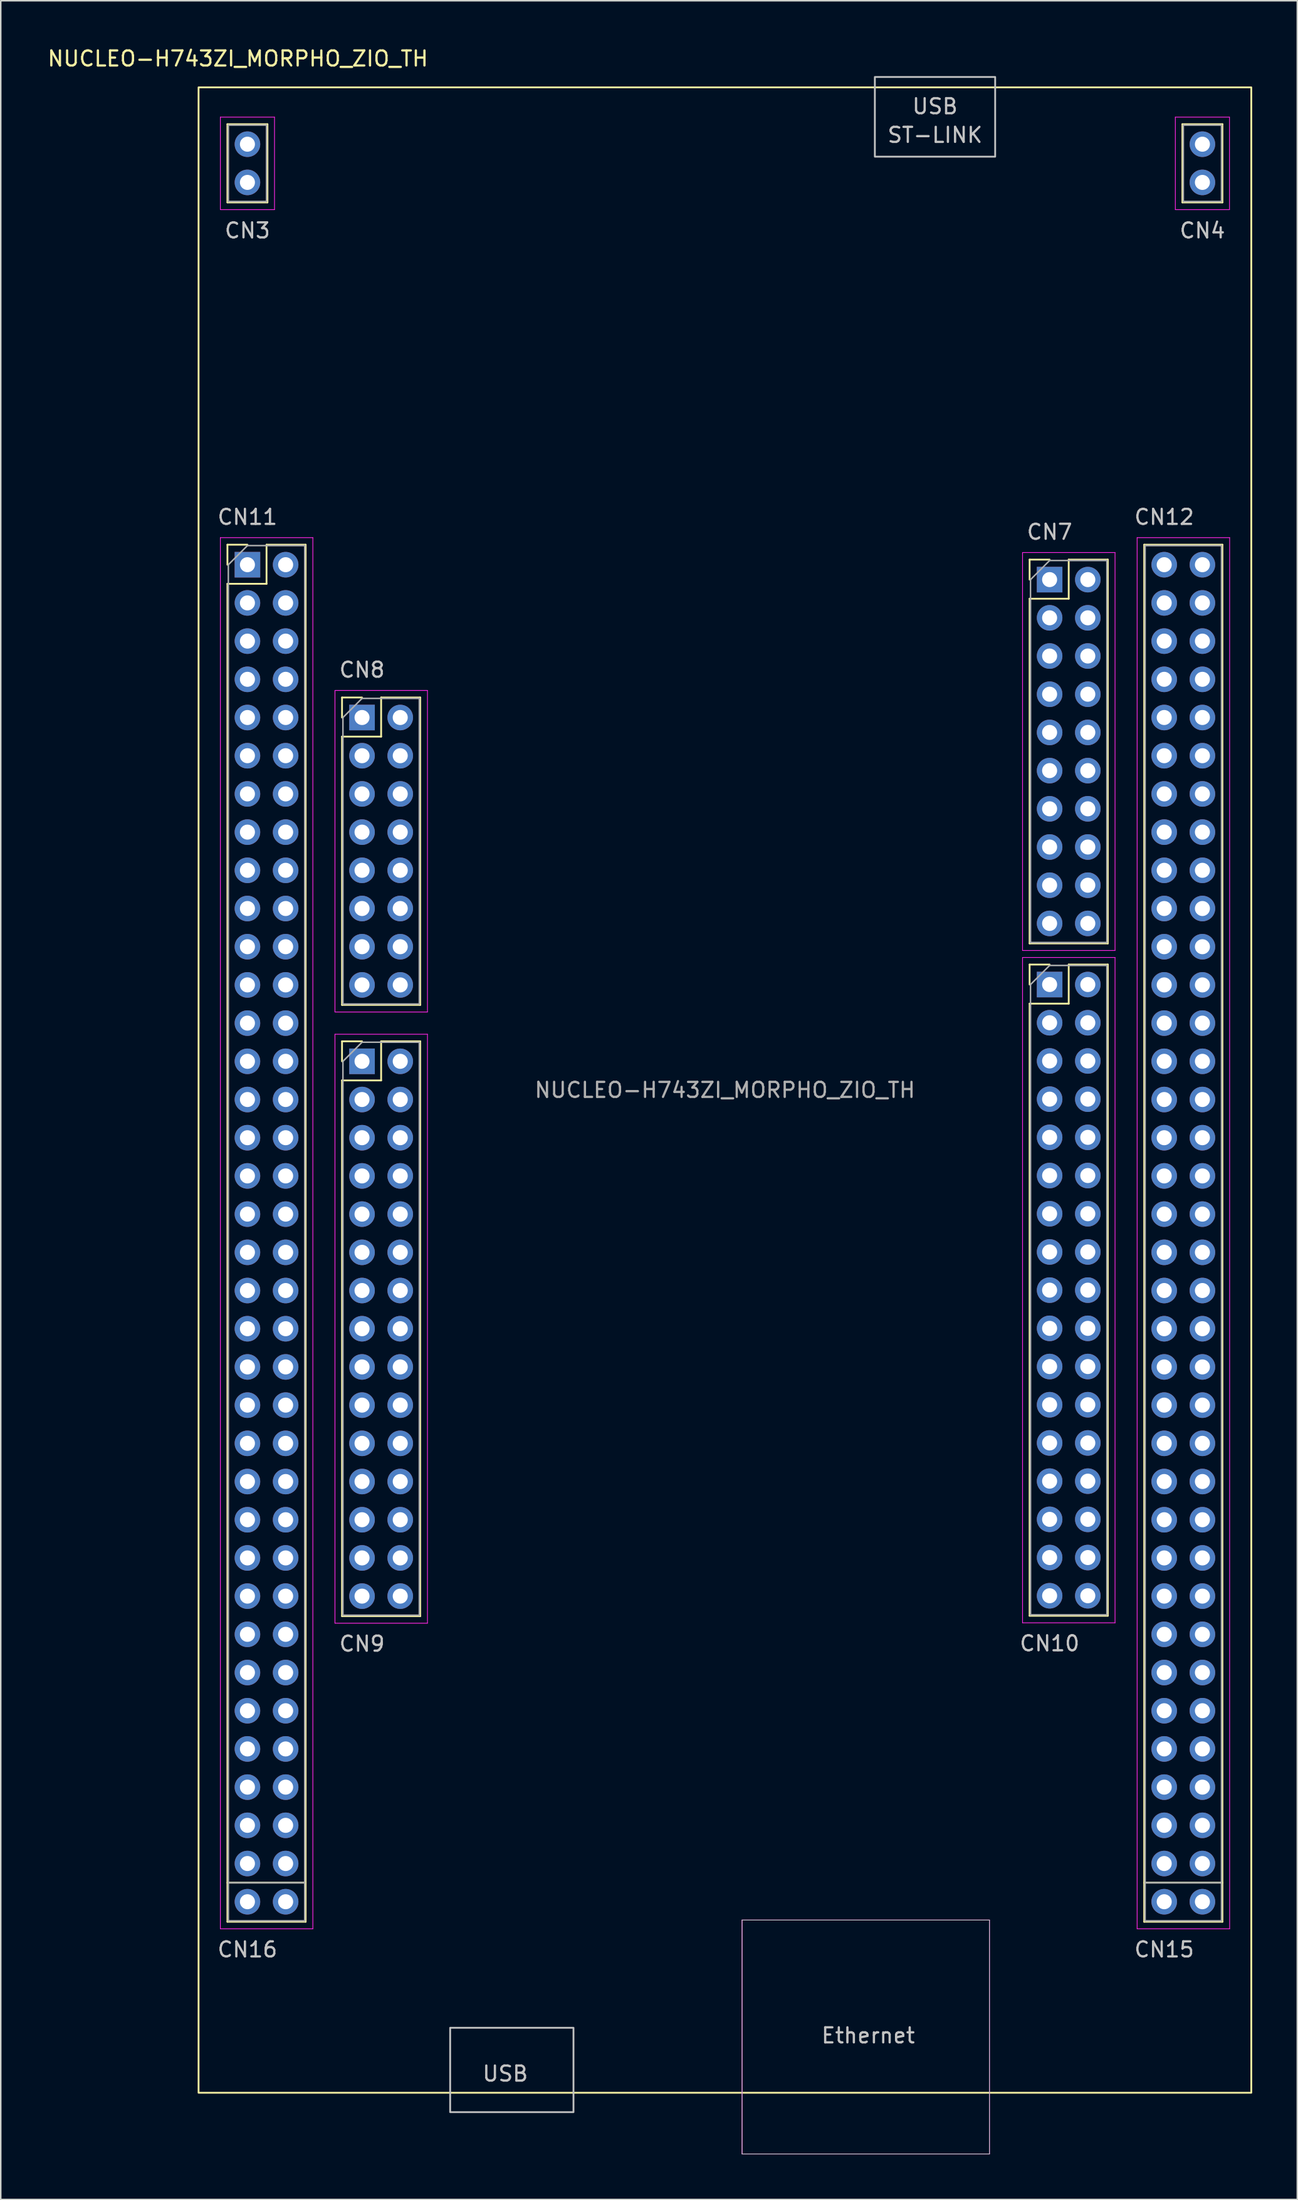
<source format=kicad_pcb>
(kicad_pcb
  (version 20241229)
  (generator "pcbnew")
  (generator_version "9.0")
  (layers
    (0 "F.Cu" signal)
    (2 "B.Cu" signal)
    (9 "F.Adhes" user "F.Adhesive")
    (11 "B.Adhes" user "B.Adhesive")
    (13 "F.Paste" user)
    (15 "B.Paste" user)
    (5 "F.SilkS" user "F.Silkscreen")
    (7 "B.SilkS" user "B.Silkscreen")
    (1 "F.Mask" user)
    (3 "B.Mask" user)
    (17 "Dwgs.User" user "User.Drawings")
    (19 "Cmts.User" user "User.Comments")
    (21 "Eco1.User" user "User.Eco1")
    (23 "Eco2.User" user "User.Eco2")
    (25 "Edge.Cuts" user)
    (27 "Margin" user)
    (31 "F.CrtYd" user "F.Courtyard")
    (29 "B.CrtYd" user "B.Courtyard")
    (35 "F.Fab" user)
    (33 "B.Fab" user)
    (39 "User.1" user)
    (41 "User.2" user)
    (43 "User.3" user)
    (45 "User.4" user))
  (footprint "NUCLEO-H743ZI_MORPHO_ZIO_TH"
    (layer "F.Cu")
    (at 45.153 69.428)
    (property "Reference" "NUCLEO-H743ZI_MORPHO_ZIO_TH" (at -32.385 -68.58 0) (unlocked yes) (layer "F.SilkS") (effects (font (size 1 1) (thickness 0.15))))
    (attr through_hole)
    (fp_line (start -33.08 -59.02) (end -33.08 -64.22) (stroke (width 0.12) (type solid)) (layer "F.SilkS"))
    (fp_line (start -33.08 -36.26) (end -31.75 -36.26) (stroke (width 0.12) (type solid)) (layer "F.SilkS"))
    (fp_line (start -33.08 -34.93) (end -33.08 -36.26) (stroke (width 0.12) (type solid)) (layer "F.SilkS"))
    (fp_line (start -33.08 -33.66) (end -33.08 55.3) (stroke (width 0.12) (type solid)) (layer "F.SilkS"))
    (fp_line (start -33.08 -33.66) (end -30.48 -33.66) (stroke (width 0.12) (type solid)) (layer "F.SilkS"))
    (fp_line (start -33.08 52.705) (end -27.88 52.705) (stroke (width 0.12) (type solid)) (layer "F.SilkS"))
    (fp_line (start -33.08 55.3) (end -27.88 55.3) (stroke (width 0.12) (type solid)) (layer "F.SilkS"))
    (fp_line (start -30.48 -36.26) (end -27.88 -36.26) (stroke (width 0.12) (type solid)) (layer "F.SilkS"))
    (fp_line (start -30.48 -33.66) (end -30.48 -36.26) (stroke (width 0.12) (type solid)) (layer "F.SilkS"))
    (fp_line (start -30.42 -64.22) (end -33.08 -64.22) (stroke (width 0.12) (type solid)) (layer "F.SilkS"))
    (fp_line (start -30.42 -64.22) (end -30.42 -59.02) (stroke (width 0.12) (type solid)) (layer "F.SilkS"))
    (fp_line (start -30.42 -59.02) (end -33.08 -59.02) (stroke (width 0.12) (type solid)) (layer "F.SilkS"))
    (fp_line (start -27.88 -36.26) (end -27.88 55.3) (stroke (width 0.12) (type solid)) (layer "F.SilkS"))
    (fp_line (start -25.46 -26.1) (end -24.13 -26.1) (stroke (width 0.12) (type solid)) (layer "F.SilkS"))
    (fp_line (start -25.46 -24.77) (end -25.46 -26.1) (stroke (width 0.12) (type solid)) (layer "F.SilkS"))
    (fp_line (start -25.46 -23.5) (end -25.46 -5.66) (stroke (width 0.12) (type solid)) (layer "F.SilkS"))
    (fp_line (start -25.46 -23.5) (end -22.86 -23.5) (stroke (width 0.12) (type solid)) (layer "F.SilkS"))
    (fp_line (start -25.46 -3.24) (end -24.13 -3.24) (stroke (width 0.12) (type solid)) (layer "F.SilkS"))
    (fp_line (start -25.46 -1.91) (end -25.46 -3.24) (stroke (width 0.12) (type solid)) (layer "F.SilkS"))
    (fp_line (start -25.46 -0.64) (end -25.46 34.98) (stroke (width 0.12) (type solid)) (layer "F.SilkS"))
    (fp_line (start -25.46 -0.64) (end -22.86 -0.64) (stroke (width 0.12) (type solid)) (layer "F.SilkS"))
    (fp_line (start -22.86 -26.1) (end -20.26 -26.1) (stroke (width 0.12) (type solid)) (layer "F.SilkS"))
    (fp_line (start -22.86 -23.5) (end -22.86 -26.1) (stroke (width 0.12) (type solid)) (layer "F.SilkS"))
    (fp_line (start -22.86 -3.24) (end -20.26 -3.24) (stroke (width 0.12) (type solid)) (layer "F.SilkS"))
    (fp_line (start -22.86 -0.64) (end -22.86 -3.24) (stroke (width 0.12) (type solid)) (layer "F.SilkS"))
    (fp_line (start -20.26 -26.1) (end -20.26 -5.66) (stroke (width 0.12) (type solid)) (layer "F.SilkS"))
    (fp_line (start -20.26 -5.66) (end -25.46 -5.66) (stroke (width 0.12) (type solid)) (layer "F.SilkS"))
    (fp_line (start -20.26 -3.24) (end -20.26 34.98) (stroke (width 0.12) (type solid)) (layer "F.SilkS"))
    (fp_line (start -20.26 34.98) (end -25.46 34.98) (stroke (width 0.12) (type solid)) (layer "F.SilkS"))
    (fp_line (start 20.26 -35.269) (end 21.59 -35.269) (stroke (width 0.12) (type solid)) (layer "F.SilkS"))
    (fp_line (start 20.26 -33.939) (end 20.26 -35.269) (stroke (width 0.12) (type solid)) (layer "F.SilkS"))
    (fp_line (start 20.26 -32.669) (end 20.26 -9.749) (stroke (width 0.12) (type solid)) (layer "F.SilkS"))
    (fp_line (start 20.26 -32.669) (end 22.86 -32.669) (stroke (width 0.12) (type solid)) (layer "F.SilkS"))
    (fp_line (start 20.26 -8.345) (end 21.59 -8.345) (stroke (width 0.12) (type solid)) (layer "F.SilkS"))
    (fp_line (start 20.26 -7.015) (end 20.26 -8.345) (stroke (width 0.12) (type solid)) (layer "F.SilkS"))
    (fp_line (start 20.26 -5.745) (end 20.26 34.955) (stroke (width 0.12) (type solid)) (layer "F.SilkS"))
    (fp_line (start 20.26 -5.745) (end 22.86 -5.745) (stroke (width 0.12) (type solid)) (layer "F.SilkS"))
    (fp_line (start 22.86 -35.269) (end 25.46 -35.269) (stroke (width 0.12) (type solid)) (layer "F.SilkS"))
    (fp_line (start 22.86 -32.669) (end 22.86 -35.269) (stroke (width 0.12) (type solid)) (layer "F.SilkS"))
    (fp_line (start 22.86 -8.345) (end 25.46 -8.345) (stroke (width 0.12) (type solid)) (layer "F.SilkS"))
    (fp_line (start 22.86 -5.745) (end 22.86 -8.345) (stroke (width 0.12) (type solid)) (layer "F.SilkS"))
    (fp_line (start 25.46 -35.269) (end 25.46 -9.749) (stroke (width 0.12) (type solid)) (layer "F.SilkS"))
    (fp_line (start 25.46 -9.749) (end 20.26 -9.749) (stroke (width 0.12) (type solid)) (layer "F.SilkS"))
    (fp_line (start 25.46 -8.345) (end 25.46 34.955) (stroke (width 0.12) (type solid)) (layer "F.SilkS"))
    (fp_line (start 25.46 34.955) (end 20.26 34.955) (stroke (width 0.12) (type solid)) (layer "F.SilkS"))
    (fp_line (start 27.88 -36.26) (end 27.88 55.3) (stroke (width 0.12) (type solid)) (layer "F.SilkS"))
    (fp_line (start 27.88 -36.26) (end 33.08 -36.26) (stroke (width 0.12) (type solid)) (layer "F.SilkS"))
    (fp_line (start 27.88 52.705) (end 33.08 52.705) (stroke (width 0.12) (type solid)) (layer "F.SilkS"))
    (fp_line (start 27.88 55.3) (end 33.08 55.3) (stroke (width 0.12) (type solid)) (layer "F.SilkS"))
    (fp_line (start 30.42 -59.02) (end 30.42 -64.22) (stroke (width 0.12) (type solid)) (layer "F.SilkS"))
    (fp_line (start 33.08 -64.22) (end 30.42 -64.22) (stroke (width 0.12) (type solid)) (layer "F.SilkS"))
    (fp_line (start 33.08 -64.22) (end 33.08 -59.02) (stroke (width 0.12) (type solid)) (layer "F.SilkS"))
    (fp_line (start 33.08 -59.02) (end 30.42 -59.02) (stroke (width 0.12) (type solid)) (layer "F.SilkS"))
    (fp_line (start 33.08 -36.26) (end 33.08 55.3) (stroke (width 0.12) (type solid)) (layer "F.SilkS"))
    (fp_rect (start -35 -66.67) (end 35 66.67) (stroke (width 0.12) (type solid)) (fill no) (layer "F.SilkS"))
    (fp_line (start 1.14 55.19) (end 17.59 55.19) (stroke (width 0.05) (type solid)) (layer "Dwgs.User"))
    (fp_line (start 1.14 70.74) (end 1.14 55.19) (stroke (width 0.05) (type solid)) (layer "Dwgs.User"))
    (fp_line (start 1.14 70.74) (end 17.59 70.74) (stroke (width 0.05) (type solid)) (layer "Dwgs.User"))
    (fp_line (start 17.59 70.74) (end 17.59 55.19) (stroke (width 0.05) (type solid)) (layer "Dwgs.User"))
    (fp_rect (start -18.27 62.35) (end -10.07 67.96) (stroke (width 0.12) (type solid)) (fill no) (layer "Dwgs.User"))
    (fp_rect (start 9.97 -62.06) (end 17.97 -67.36) (stroke (width 0.12) (type solid)) (fill no) (layer "Dwgs.User"))
    (fp_line (start -33.55 -64.69) (end -33.55 -58.54) (stroke (width 0.05) (type solid)) (layer "F.CrtYd"))
    (fp_line (start -33.55 -64.69) (end -29.95 -64.69) (stroke (width 0.05) (type solid)) (layer "F.CrtYd"))
    (fp_line (start -33.55 -58.54) (end -29.95 -58.54) (stroke (width 0.05) (type solid)) (layer "F.CrtYd"))
    (fp_line (start -33.55 -36.73) (end -33.55 55.77) (stroke (width 0.05) (type solid)) (layer "F.CrtYd"))
    (fp_line (start -33.55 55.77) (end -27.4 55.77) (stroke (width 0.05) (type solid)) (layer "F.CrtYd"))
    (fp_line (start -29.95 -58.54) (end -29.95 -64.69) (stroke (width 0.05) (type solid)) (layer "F.CrtYd"))
    (fp_line (start -27.4 -36.73) (end -33.55 -36.73) (stroke (width 0.05) (type solid)) (layer "F.CrtYd"))
    (fp_line (start -27.4 55.77) (end -27.4 -36.73) (stroke (width 0.05) (type solid)) (layer "F.CrtYd"))
    (fp_line (start -25.93 -26.57) (end -25.93 -5.19) (stroke (width 0.05) (type solid)) (layer "F.CrtYd"))
    (fp_line (start -25.93 -5.19) (end -19.78 -5.19) (stroke (width 0.05) (type solid)) (layer "F.CrtYd"))
    (fp_line (start -25.93 -3.71) (end -25.93 35.45) (stroke (width 0.05) (type solid)) (layer "F.CrtYd"))
    (fp_line (start -25.93 35.45) (end -19.78 35.45) (stroke (width 0.05) (type solid)) (layer "F.CrtYd"))
    (fp_line (start -19.78 -26.57) (end -25.93 -26.57) (stroke (width 0.05) (type solid)) (layer "F.CrtYd"))
    (fp_line (start -19.78 -5.19) (end -19.78 -26.57) (stroke (width 0.05) (type solid)) (layer "F.CrtYd"))
    (fp_line (start -19.78 -3.71) (end -25.93 -3.71) (stroke (width 0.05) (type solid)) (layer "F.CrtYd"))
    (fp_line (start -19.78 35.45) (end -19.78 -3.71) (stroke (width 0.05) (type solid)) (layer "F.CrtYd"))
    (fp_line (start 1.14 55.19) (end 17.59 55.19) (stroke (width 0.05) (type solid)) (layer "F.CrtYd"))
    (fp_line (start 1.14 70.74) (end 1.14 55.19) (stroke (width 0.05) (type solid)) (layer "F.CrtYd"))
    (fp_line (start 1.14 70.74) (end 17.59 70.74) (stroke (width 0.05) (type solid)) (layer "F.CrtYd"))
    (fp_line (start 17.59 70.74) (end 17.59 55.19) (stroke (width 0.05) (type solid)) (layer "F.CrtYd"))
    (fp_line (start 19.79 -35.739) (end 19.79 -9.279) (stroke (width 0.05) (type solid)) (layer "F.CrtYd"))
    (fp_line (start 19.79 -9.279) (end 25.94 -9.279) (stroke (width 0.05) (type solid)) (layer "F.CrtYd"))
    (fp_line (start 19.79 -8.815) (end 19.79 35.425) (stroke (width 0.05) (type solid)) (layer "F.CrtYd"))
    (fp_line (start 19.79 35.425) (end 25.94 35.425) (stroke (width 0.05) (type solid)) (layer "F.CrtYd"))
    (fp_line (start 25.94 -35.739) (end 19.79 -35.739) (stroke (width 0.05) (type solid)) (layer "F.CrtYd"))
    (fp_line (start 25.94 -9.279) (end 25.94 -35.739) (stroke (width 0.05) (type solid)) (layer "F.CrtYd"))
    (fp_line (start 25.94 -8.815) (end 19.79 -8.815) (stroke (width 0.05) (type solid)) (layer "F.CrtYd"))
    (fp_line (start 25.94 35.425) (end 25.94 -8.815) (stroke (width 0.05) (type solid)) (layer "F.CrtYd"))
    (fp_line (start 27.41 -36.73) (end 27.41 55.77) (stroke (width 0.05) (type solid)) (layer "F.CrtYd"))
    (fp_line (start 27.41 55.77) (end 33.56 55.77) (stroke (width 0.05) (type solid)) (layer "F.CrtYd"))
    (fp_line (start 29.95 -64.69) (end 29.95 -58.54) (stroke (width 0.05) (type solid)) (layer "F.CrtYd"))
    (fp_line (start 29.95 -64.69) (end 33.55 -64.69) (stroke (width 0.05) (type solid)) (layer "F.CrtYd"))
    (fp_line (start 29.95 -58.54) (end 33.55 -58.54) (stroke (width 0.05) (type solid)) (layer "F.CrtYd"))
    (fp_line (start 33.55 -58.54) (end 33.55 -64.69) (stroke (width 0.05) (type solid)) (layer "F.CrtYd"))
    (fp_line (start 33.56 -36.73) (end 27.41 -36.73) (stroke (width 0.05) (type solid)) (layer "F.CrtYd"))
    (fp_line (start 33.56 55.77) (end 33.56 -36.73) (stroke (width 0.05) (type solid)) (layer "F.CrtYd"))
    (fp_line (start -33.02 -64.16) (end -30.48 -64.16) (stroke (width 0.1) (type solid)) (layer "F.Fab"))
    (fp_line (start -33.02 -59.08) (end -33.02 -64.16) (stroke (width 0.1) (type solid)) (layer "F.Fab"))
    (fp_line (start -33.02 -34.93) (end -31.75 -36.2) (stroke (width 0.1) (type solid)) (layer "F.Fab"))
    (fp_line (start -33.02 55.24) (end -33.02 -34.93) (stroke (width 0.1) (type solid)) (layer "F.Fab"))
    (fp_line (start -31.75 -36.2) (end -27.94 -36.2) (stroke (width 0.1) (type solid)) (layer "F.Fab"))
    (fp_line (start -30.48 -64.16) (end -30.48 -59.08) (stroke (width 0.1) (type solid)) (layer "F.Fab"))
    (fp_line (start -30.48 -59.08) (end -33.02 -59.08) (stroke (width 0.1) (type solid)) (layer "F.Fab"))
    (fp_line (start -27.94 -36.2) (end -27.94 55.24) (stroke (width 0.1) (type solid)) (layer "F.Fab"))
    (fp_line (start -27.94 52.705) (end -33.02 52.705) (stroke (width 0.1) (type solid)) (layer "F.Fab"))
    (fp_line (start -27.94 55.24) (end -33.02 55.24) (stroke (width 0.1) (type solid)) (layer "F.Fab"))
    (fp_line (start -25.4 -24.77) (end -24.13 -26.04) (stroke (width 0.1) (type solid)) (layer "F.Fab"))
    (fp_line (start -25.4 -5.72) (end -25.4 -24.77) (stroke (width 0.1) (type solid)) (layer "F.Fab"))
    (fp_line (start -25.4 -5.72) (end -20.32 -5.72) (stroke (width 0.1) (type solid)) (layer "F.Fab"))
    (fp_line (start -25.4 -1.91) (end -24.13 -3.18) (stroke (width 0.1) (type solid)) (layer "F.Fab"))
    (fp_line (start -25.4 34.92) (end -25.4 -1.91) (stroke (width 0.1) (type solid)) (layer "F.Fab"))
    (fp_line (start -25.4 34.92) (end -20.32 34.92) (stroke (width 0.1) (type solid)) (layer "F.Fab"))
    (fp_line (start -24.13 -26.04) (end -20.32 -26.04) (stroke (width 0.1) (type solid)) (layer "F.Fab"))
    (fp_line (start -24.13 -3.18) (end -20.32 -3.18) (stroke (width 0.1) (type solid)) (layer "F.Fab"))
    (fp_line (start -20.32 -26.04) (end -20.32 -5.72) (stroke (width 0.1) (type solid)) (layer "F.Fab"))
    (fp_line (start -20.32 -3.18) (end -20.32 34.92) (stroke (width 0.1) (type solid)) (layer "F.Fab"))
    (fp_line (start 20.32 -33.939) (end 21.59 -35.209) (stroke (width 0.1) (type solid)) (layer "F.Fab"))
    (fp_line (start 20.32 -9.809) (end 20.32 -33.939) (stroke (width 0.1) (type solid)) (layer "F.Fab"))
    (fp_line (start 20.32 -9.809) (end 25.4 -9.809) (stroke (width 0.1) (type solid)) (layer "F.Fab"))
    (fp_line (start 20.32 -7.015) (end 21.59 -8.285) (stroke (width 0.1) (type solid)) (layer "F.Fab"))
    (fp_line (start 20.32 34.895) (end 20.32 -7.015) (stroke (width 0.1) (type solid)) (layer "F.Fab"))
    (fp_line (start 20.32 34.895) (end 25.4 34.895) (stroke (width 0.1) (type solid)) (layer "F.Fab"))
    (fp_line (start 21.59 -35.209) (end 25.4 -35.209) (stroke (width 0.1) (type solid)) (layer "F.Fab"))
    (fp_line (start 21.59 -8.285) (end 25.4 -8.285) (stroke (width 0.1) (type solid)) (layer "F.Fab"))
    (fp_line (start 25.4 -35.209) (end 25.4 -9.809) (stroke (width 0.1) (type solid)) (layer "F.Fab"))
    (fp_line (start 25.4 -8.285) (end 25.4 34.895) (stroke (width 0.1) (type solid)) (layer "F.Fab"))
    (fp_line (start 27.94 -36.2) (end 33.02 -36.2) (stroke (width 0.1) (type solid)) (layer "F.Fab"))
    (fp_line (start 27.94 55.24) (end 27.94 -36.2) (stroke (width 0.1) (type solid)) (layer "F.Fab"))
    (fp_line (start 30.48 -64.16) (end 33.02 -64.16) (stroke (width 0.1) (type solid)) (layer "F.Fab"))
    (fp_line (start 30.48 -59.08) (end 30.48 -64.16) (stroke (width 0.1) (type solid)) (layer "F.Fab"))
    (fp_line (start 33.02 -64.16) (end 33.02 -59.08) (stroke (width 0.1) (type solid)) (layer "F.Fab"))
    (fp_line (start 33.02 -59.08) (end 30.48 -59.08) (stroke (width 0.1) (type solid)) (layer "F.Fab"))
    (fp_line (start 33.02 -36.2) (end 33.02 55.24) (stroke (width 0.1) (type solid)) (layer "F.Fab"))
    (fp_line (start 33.02 52.705) (end 27.94 52.705) (stroke (width 0.1) (type solid)) (layer "F.Fab"))
    (fp_line (start 33.02 55.24) (end 27.94 55.24) (stroke (width 0.1) (type solid)) (layer "F.Fab"))
    (fp_text user "CN10" (at 21.59 36.795 0) (unlocked yes) (layer "Dwgs.User") (effects (font (size 1 1) (thickness 0.15))))
    (fp_text user "USB" (at 13.97 -65.405 0) (unlocked yes) (layer "Dwgs.User") (effects (font (size 1 1) (thickness 0.15))))
    (fp_text user "CN4" (at 31.75 -57.15 0) (unlocked yes) (layer "Dwgs.User") (effects (font (size 1 1) (thickness 0.15))))
    (fp_text user "CN7" (at 21.59 -37.109 0) (unlocked yes) (layer "Dwgs.User") (effects (font (size 1 1) (thickness 0.15))))
    (fp_text user "ST-LINK" (at 13.97 -63.5 0) (unlocked yes) (layer "Dwgs.User") (effects (font (size 1 1) (thickness 0.15))))
    (fp_text user "CN11" (at -31.75 -38.1 0) (unlocked yes) (layer "Dwgs.User") (effects (font (size 1 1) (thickness 0.15))))
    (fp_text user "Ethernet" (at 9.525 62.865 0) (unlocked yes) (layer "Dwgs.User") (effects (font (size 1 1) (thickness 0.15))))
    (fp_text user "USB" (at -14.605 65.405 0) (unlocked yes) (layer "Dwgs.User") (effects (font (size 1 1) (thickness 0.15))))
    (fp_text user "CN9" (at -24.13 36.82 0) (unlocked yes) (layer "Dwgs.User") (effects (font (size 1 1) (thickness 0.15))))
    (fp_text user "CN3" (at -31.75 -57.15 0) (unlocked yes) (layer "Dwgs.User") (effects (font (size 1 1) (thickness 0.15))))
    (fp_text user "CN8" (at -24.13 -27.94 0) (unlocked yes) (layer "Dwgs.User") (effects (font (size 1 1) (thickness 0.15))))
    (fp_text user "CN15" (at 29.21 57.15 0) (unlocked yes) (layer "Dwgs.User") (effects (font (size 1 1) (thickness 0.15))))
    (fp_text user "CN12" (at 29.21 -38.1 0) (unlocked yes) (layer "Dwgs.User") (effects (font (size 1 1) (thickness 0.15))))
    (fp_text user "CN16" (at -31.75 57.15 0) (unlocked yes) (layer "Dwgs.User") (effects (font (size 1 1) (thickness 0.15))))
    (fp_text user "${REFERENCE}" (at 0 0 180) (layer "F.Fab") (effects (font (size 1 1) (thickness 0.15))))
    (pad "" thru_hole oval (at -31.75 -6.99) (size 1.7 1.7) (drill 1) (layers "*.Cu" "*.Mask"))
    (pad "" thru_hole oval (at -31.75 -4.45) (size 1.7 1.7) (drill 1) (layers "*.Cu" "*.Mask"))
    (pad "" thru_hole oval (at -31.75 -1.91) (size 1.7 1.7) (drill 1) (layers "*.Cu" "*.Mask"))
    (pad "" thru_hole oval (at -31.75 48.89) (size 1.7 1.7) (drill 1) (layers "*.Cu" "*.Mask"))
    (pad "" thru_hole oval (at -29.21 -24.77) (size 1.7 1.7) (drill 1) (layers "*.Cu" "*.Mask"))
    (pad "" thru_hole oval (at -29.21 -4.45) (size 1.7 1.7) (drill 1) (layers "*.Cu" "*.Mask"))
    (pad "" thru_hole rect (at -24.13 -24.77) (size 1.7 1.7) (drill 1) (layers "*.Cu" "*.Mask"))
    (pad "" thru_hole oval (at -24.13 13.33) (size 1.7 1.7) (drill 1) (layers "*.Cu" "*.Mask"))
    (pad "" thru_hole oval (at -24.13 15.87) (size 1.7 1.7) (drill 1) (layers "*.Cu" "*.Mask"))
    (pad "" thru_hole oval (at 29.21 -34.93) (size 1.7 1.7) (drill 1) (layers "*.Cu" "*.Mask"))
    (pad "" thru_hole oval (at 31.75 -34.93) (size 1.7 1.7) (drill 1) (layers "*.Cu" "*.Mask"))
    (pad "" thru_hole oval (at 31.75 -22.23) (size 1.7 1.7) (drill 1) (layers "*.Cu" "*.Mask"))
    (pad "" thru_hole oval (at 31.75 -19.69) (size 1.7 1.7) (drill 1) (layers "*.Cu" "*.Mask"))
    (pad "3V3" thru_hole oval (at -29.21 -17.15) (size 1.7 1.7) (drill 1) (layers "*.Cu" "*.Mask"))
    (pad "3V3" thru_hole oval (at -24.13 -17.15) (size 1.7 1.7) (drill 1) (layers "*.Cu" "*.Mask"))
    (pad "5V" thru_hole oval (at -29.21 -14.61) (size 1.7 1.7) (drill 1) (layers "*.Cu" "*.Mask"))
    (pad "5V" thru_hole oval (at -24.13 -14.61) (size 1.7 1.7) (drill 1) (layers "*.Cu" "*.Mask"))
    (pad "5V_EXT" thru_hole oval (at -29.21 -29.85) (size 1.7 1.7) (drill 1) (layers "*.Cu" "*.Mask"))
    (pad "5V_USB_STLK" thru_hole oval (at 31.75 -27.31) (size 1.7 1.7) (drill 1) (layers "*.Cu" "*.Mask"))
    (pad "AGND" thru_hole oval (at 21.59 -4.475) (size 1.7 1.7) (drill 1) (layers "*.Cu" "*.Mask"))
    (pad "AGND" thru_hole oval (at 31.75 3.17) (size 1.7 1.7) (drill 1) (layers "*.Cu" "*.Mask"))
    (pad "BOOT0" thru_hole oval (at -31.75 -27.31) (size 1.7 1.7) (drill 1) (layers "*.Cu" "*.Mask"))
    (pad "GND" thru_hole oval (at -31.75 -62.89 90) (size 1.7 1.7) (drill 1) (layers "*.Cu" "*.Mask"))
    (pad "GND" thru_hole oval (at -31.75 -60.35 90) (size 1.7 1.7) (drill 1) (layers "*.Cu" "*.Mask"))
    (pad "GND" thru_hole oval (at -31.75 -12.07) (size 1.7 1.7) (drill 1) (layers "*.Cu" "*.Mask"))
    (pad "GND" thru_hole oval (at -31.75 26.03) (size 1.7 1.7) (drill 1) (layers "*.Cu" "*.Mask"))
    (pad "GND" thru_hole oval (at -31.75 53.97) (size 1.7 1.7) (drill 1) (layers "*.Cu" "*.Mask"))
    (pad "GND" thru_hole oval (at -29.21 -27.31) (size 1.7 1.7) (drill 1) (layers "*.Cu" "*.Mask"))
    (pad "GND" thru_hole oval (at -29.21 -12.07) (size 1.7 1.7) (drill 1) (layers "*.Cu" "*.Mask"))
    (pad "GND" thru_hole oval (at -29.21 -9.53) (size 1.7 1.7) (drill 1) (layers "*.Cu" "*.Mask"))
    (pad "GND" thru_hole oval (at -29.21 38.73) (size 1.7 1.7) (drill 1) (layers "*.Cu" "*.Mask"))
    (pad "GND" thru_hole oval (at -29.21 53.97) (size 1.7 1.7) (drill 1) (layers "*.Cu" "*.Mask"))
    (pad "GND" thru_hole oval (at -24.13 -12.07) (size 1.7 1.7) (drill 1) (layers "*.Cu" "*.Mask"))
    (pad "GND" thru_hole oval (at -24.13 -9.53) (size 1.7 1.7) (drill 1) (layers "*.Cu" "*.Mask"))
    (pad "GND" thru_hole oval (at -24.13 26.03) (size 1.7 1.7) (drill 1) (layers "*.Cu" "*.Mask"))
    (pad "GND" thru_hole oval (at -21.59 10.79) (size 1.7 1.7) (drill 1) (layers "*.Cu" "*.Mask"))
    (pad "GND" thru_hole oval (at 21.59 -1.935) (size 1.7 1.7) (drill 1) (layers "*.Cu" "*.Mask"))
    (pad "GND" thru_hole oval (at 21.59 13.305) (size 1.7 1.7) (drill 1) (layers "*.Cu" "*.Mask"))
    (pad "GND" thru_hole oval (at 21.59 26.005) (size 1.7 1.7) (drill 1) (layers "*.Cu" "*.Mask"))
    (pad "GND" thru_hole oval (at 24.13 -26.319) (size 1.7 1.7) (drill 1) (layers "*.Cu" "*.Mask"))
    (pad "GND" thru_hole oval (at 24.13 18.385) (size 1.7 1.7) (drill 1) (layers "*.Cu" "*.Mask"))
    (pad "GND" thru_hole oval (at 29.21 -24.77) (size 1.7 1.7) (drill 1) (layers "*.Cu" "*.Mask"))
    (pad "GND" thru_hole oval (at 29.21 13.33) (size 1.7 1.7) (drill 1) (layers "*.Cu" "*.Mask"))
    (pad "GND" thru_hole oval (at 29.21 43.81) (size 1.7 1.7) (drill 1) (layers "*.Cu" "*.Mask"))
    (pad "GND" thru_hole oval (at 29.21 53.97) (size 1.7 1.7) (drill 1) (layers "*.Cu" "*.Mask"))
    (pad "GND" thru_hole oval (at 31.75 -62.89 90) (size 1.7 1.7) (drill 1) (layers "*.Cu" "*.Mask"))
    (pad "GND" thru_hole oval (at 31.75 -60.35 90) (size 1.7 1.7) (drill 1) (layers "*.Cu" "*.Mask"))
    (pad "GND" thru_hole oval (at 31.75 -12.07) (size 1.7 1.7) (drill 1) (layers "*.Cu" "*.Mask"))
    (pad "GND" thru_hole oval (at 31.75 31.11) (size 1.7 1.7) (drill 1) (layers "*.Cu" "*.Mask"))
    (pad "GND" thru_hole oval (at 31.75 53.97) (size 1.7 1.7) (drill 1) (layers "*.Cu" "*.Mask"))
    (pad "IOREF" thru_hole oval (at -29.21 -22.23) (size 1.7 1.7) (drill 1) (layers "*.Cu" "*.Mask"))
    (pad "IOREF" thru_hole oval (at -24.13 -22.23) (size 1.7 1.7) (drill 1) (layers "*.Cu" "*.Mask"))
    (pad "NRST" thru_hole oval (at -29.21 -19.69) (size 1.7 1.7) (drill 1) (layers "*.Cu" "*.Mask"))
    (pad "NRST" thru_hole oval (at -24.13 -19.69) (size 1.7 1.7) (drill 1) (layers "*.Cu" "*.Mask"))
    (pad "PA0" thru_hole oval (at -29.21 -1.91) (size 1.7 1.7) (drill 1) (layers "*.Cu" "*.Mask"))
    (pad "PA0" thru_hole oval (at 21.59 28.545) (size 1.7 1.7) (drill 1) (layers "*.Cu" "*.Mask"))
    (pad "PA1" thru_hole oval (at -29.21 0.63) (size 1.7 1.7) (drill 1) (layers "*.Cu" "*.Mask"))
    (pad "PA2" thru_hole oval (at 29.21 8.25) (size 1.7 1.7) (drill 1) (layers "*.Cu" "*.Mask"))
    (pad "PA3" thru_hole rect (at -24.13 -1.91) (size 1.7 1.7) (drill 1) (layers "*.Cu" "*.Mask"))
    (pad "PA3" thru_hole oval (at 29.21 10.79) (size 1.7 1.7) (drill 1) (layers "*.Cu" "*.Mask"))
    (pad "PA4" thru_hole oval (at -29.21 3.17) (size 1.7 1.7) (drill 1) (layers "*.Cu" "*.Mask"))
    (pad "PA4" thru_hole oval (at 21.59 -13.619) (size 1.7 1.7) (drill 1) (layers "*.Cu" "*.Mask"))
    (pad "PA5" thru_hole oval (at 24.13 -23.779) (size 1.7 1.7) (drill 1) (layers "*.Cu" "*.Mask"))
    (pad "PA5" thru_hole oval (at 29.21 -22.23) (size 1.7 1.7) (drill 1) (layers "*.Cu" "*.Mask"))
    (pad "PA6" thru_hole oval (at 24.13 -21.239) (size 1.7 1.7) (drill 1) (layers "*.Cu" "*.Mask"))
    (pad "PA6" thru_hole oval (at 29.21 -19.69) (size 1.7 1.7) (drill 1) (layers "*.Cu" "*.Mask"))
    (pad "PA7" thru_hole oval (at 29.21 -17.15) (size 1.7 1.7) (drill 1) (layers "*.Cu" "*.Mask"))
    (pad "PA8" thru_hole oval (at 29.21 -6.99) (size 1.7 1.7) (drill 1) (layers "*.Cu" "*.Mask"))
    (pad "PA9" thru_hole oval (at 29.21 -9.53) (size 1.7 1.7) (drill 1) (layers "*.Cu" "*.Mask"))
    (pad "PA10" thru_hole oval (at 29.21 5.71) (size 1.7 1.7) (drill 1) (layers "*.Cu" "*.Mask"))
    (pad "PA13" thru_hole oval (at -31.75 -19.69) (size 1.7 1.7) (drill 1) (layers "*.Cu" "*.Mask"))
    (pad "PA14" thru_hole oval (at -31.75 -17.15) (size 1.7 1.7) (drill 1) (layers "*.Cu" "*.Mask"))
    (pad "PA15" thru_hole oval (at -31.75 -14.61) (size 1.7 1.7) (drill 1) (layers "*.Cu" "*.Mask"))
    (pad "PA15" thru_hole oval (at 21.59 -23.779) (size 1.7 1.7) (drill 1) (layers "*.Cu" "*.Mask"))
    (pad "PB0" thru_hole oval (at -29.21 5.71) (size 1.7 1.7) (drill 1) (layers "*.Cu" "*.Mask"))
    (pad "PB0" thru_hole oval (at 21.59 31.085) (size 1.7 1.7) (drill 1) (layers "*.Cu" "*.Mask"))
    (pad "PB1" thru_hole oval (at -24.13 5.71) (size 1.7 1.7) (drill 1) (layers "*.Cu" "*.Mask"))
    (pad "PB1" thru_hole oval (at 31.75 -6.99) (size 1.7 1.7) (drill 1) (layers "*.Cu" "*.Mask"))
    (pad "PB2" thru_hole oval (at 21.59 10.765) (size 1.7 1.7) (drill 1) (layers "*.Cu" "*.Mask"))
    (pad "PB2" thru_hole oval (at 31.75 -9.53) (size 1.7 1.7) (drill 1) (layers "*.Cu" "*.Mask"))
    (pad "PB3" thru_hole oval (at 21.59 -16.159) (size 1.7 1.7) (drill 1) (layers "*.Cu" "*.Mask"))
    (pad "PB3" thru_hole oval (at 29.21 3.17) (size 1.7 1.7) (drill 1) (layers "*.Cu" "*.Mask"))
    (pad "PB4" thru_hole oval (at 21.59 -11.079) (size 1.7 1.7) (drill 1) (layers "*.Cu" "*.Mask"))
    (pad "PB4" thru_hole oval (at 29.21 -1.91) (size 1.7 1.7) (drill 1) (layers "*.Cu" "*.Mask"))
    (pad "PB5" thru_hole oval (at 21.59 -18.699) (size 1.7 1.7) (drill 1) (layers "*.Cu" "*.Mask"))
    (pad "PB5" thru_hole oval (at 24.13 -18.699) (size 1.7 1.7) (drill 1) (layers "*.Cu" "*.Mask"))
    (pad "PB5" thru_hole oval (at 29.21 0.63) (size 1.7 1.7) (drill 1) (layers "*.Cu" "*.Mask"))
    (pad "PB6" thru_hole oval (at 24.13 8.225) (size 1.7 1.7) (drill 1) (layers "*.Cu" "*.Mask"))
    (pad "PB6" thru_hole oval (at 29.21 -14.61) (size 1.7 1.7) (drill 1) (layers "*.Cu" "*.Mask"))
    (pad "PB7" thru_hole oval (at -31.75 -9.53) (size 1.7 1.7) (drill 1) (layers "*.Cu" "*.Mask"))
    (pad "PB7" thru_hole oval (at 24.13 10.765) (size 1.7 1.7) (drill 1) (layers "*.Cu" "*.Mask"))
    (pad "PB8" thru_hole oval (at 24.13 -33.939) (size 1.7 1.7) (drill 1) (layers "*.Cu" "*.Mask"))
    (pad "PB8" thru_hole oval (at 29.21 -32.39) (size 1.7 1.7) (drill 1) (layers "*.Cu" "*.Mask"))
    (pad "PB9" thru_hole oval (at 24.13 -31.399) (size 1.7 1.7) (drill 1) (layers "*.Cu" "*.Mask"))
    (pad "PB9" thru_hole oval (at 29.21 -29.85) (size 1.7 1.7) (drill 1) (layers "*.Cu" "*.Mask"))
    (pad "PB10" thru_hole oval (at 24.13 31.085) (size 1.7 1.7) (drill 1) (layers "*.Cu" "*.Mask"))
    (pad "PB10" thru_hole oval (at 29.21 -4.45) (size 1.7 1.7) (drill 1) (layers "*.Cu" "*.Mask"))
    (pad "PB11" thru_hole oval (at 24.13 33.625) (size 1.7 1.7) (drill 1) (layers "*.Cu" "*.Mask"))
    (pad "PB11" thru_hole oval (at 31.75 -14.61) (size 1.7 1.7) (drill 1) (layers "*.Cu" "*.Mask"))
    (pad "PB12" thru_hole oval (at 21.59 -26.319) (size 1.7 1.7) (drill 1) (layers "*.Cu" "*.Mask"))
    (pad "PB12" thru_hole oval (at 31.75 -17.15) (size 1.7 1.7) (drill 1) (layers "*.Cu" "*.Mask"))
    (pad "PB13" thru_hole oval (at 21.59 -28.859) (size 1.7 1.7) (drill 1) (layers "*.Cu" "*.Mask"))
    (pad "PB13" thru_hole oval (at 31.75 0.63) (size 1.7 1.7) (drill 1) (layers "*.Cu" "*.Mask"))
    (pad "PB14" thru_hole oval (at 31.75 -1.91) (size 1.7 1.7) (drill 1) (layers "*.Cu" "*.Mask"))
    (pad "PB15" thru_hole oval (at 21.59 -31.399) (size 1.7 1.7) (drill 1) (layers "*.Cu" "*.Mask"))
    (pad "PB15" thru_hole oval (at 31.75 -4.45) (size 1.7 1.7) (drill 1) (layers "*.Cu" "*.Mask"))
    (pad "PC0" thru_hole oval (at -29.21 10.79) (size 1.7 1.7) (drill 1) (layers "*.Cu" "*.Mask"))
    (pad "PC0" thru_hole oval (at -24.13 0.63) (size 1.7 1.7) (drill 1) (layers "*.Cu" "*.Mask"))
    (pad "PC1" thru_hole oval (at -29.21 8.25) (size 1.7 1.7) (drill 1) (layers "*.Cu" "*.Mask"))
    (pad "PC2" thru_hole oval (at -31.75 8.25) (size 1.7 1.7) (drill 1) (layers "*.Cu" "*.Mask"))
    (pad "PC2" thru_hole oval (at -24.13 8.25) (size 1.7 1.7) (drill 1) (layers "*.Cu" "*.Mask"))
    (pad "PC3" thru_hole oval (at -31.75 10.79) (size 1.7 1.7) (drill 1) (layers "*.Cu" "*.Mask"))
    (pad "PC3" thru_hole oval (at -24.13 3.17) (size 1.7 1.7) (drill 1) (layers "*.Cu" "*.Mask"))
    (pad "PC4" thru_hole oval (at 31.75 5.71) (size 1.7 1.7) (drill 1) (layers "*.Cu" "*.Mask"))
    (pad "PC5" thru_hole oval (at 31.75 -29.85) (size 1.7 1.7) (drill 1) (layers "*.Cu" "*.Mask"))
    (pad "PC6" thru_hole rect (at 21.59 -33.939) (size 1.7 1.7) (drill 1) (layers "*.Cu" "*.Mask"))
    (pad "PC6" thru_hole oval (at 31.75 -32.39) (size 1.7 1.7) (drill 1) (layers "*.Cu" "*.Mask"))
    (pad "PC7" thru_hole oval (at 21.59 -21.239) (size 1.7 1.7) (drill 1) (layers "*.Cu" "*.Mask"))
    (pad "PC7" thru_hole oval (at 29.21 -12.07) (size 1.7 1.7) (drill 1) (layers "*.Cu" "*.Mask"))
    (pad "PC8" thru_hole oval (at -21.59 -24.77) (size 1.7 1.7) (drill 1) (layers "*.Cu" "*.Mask"))
    (pad "PC9" thru_hole oval (at -21.59 -22.23) (size 1.7 1.7) (drill 1) (layers "*.Cu" "*.Mask"))
    (pad "PC10" thru_hole rect (at -31.75 -34.93) (size 1.7 1.7) (drill 1) (layers "*.Cu" "*.Mask"))
    (pad "PC10" thru_hole oval (at -21.59 -19.69) (size 1.7 1.7) (drill 1) (layers "*.Cu" "*.Mask"))
    (pad "PC11" thru_hole oval (at -29.21 -34.93) (size 1.7 1.7) (drill 1) (layers "*.Cu" "*.Mask"))
    (pad "PC11" thru_hole oval (at -21.59 -17.15) (size 1.7 1.7) (drill 1) (layers "*.Cu" "*.Mask"))
    (pad "PC12" thru_hole oval (at -31.75 -32.39) (size 1.7 1.7) (drill 1) (layers "*.Cu" "*.Mask"))
    (pad "PC12" thru_hole oval (at -21.59 -14.61) (size 1.7 1.7) (drill 1) (layers "*.Cu" "*.Mask"))
    (pad "PD0" thru_hole oval (at -31.75 36.19) (size 1.7 1.7) (drill 1) (layers "*.Cu" "*.Mask"))
    (pad "PD0" thru_hole oval (at -24.13 28.57) (size 1.7 1.7) (drill 1) (layers "*.Cu" "*.Mask"))
    (pad "PD1" thru_hole oval (at -31.75 33.65) (size 1.7 1.7) (drill 1) (layers "*.Cu" "*.Mask"))
    (pad "PD1" thru_hole oval (at -24.13 31.11) (size 1.7 1.7) (drill 1) (layers "*.Cu" "*.Mask"))
    (pad "PD2" thru_hole oval (at -29.21 -32.39) (size 1.7 1.7) (drill 1) (layers "*.Cu" "*.Mask"))
    (pad "PD2" thru_hole oval (at -21.59 -12.07) (size 1.7 1.7) (drill 1) (layers "*.Cu" "*.Mask"))
    (pad "PD3" thru_hole oval (at -29.21 13.33) (size 1.7 1.7) (drill 1) (layers "*.Cu" "*.Mask"))
    (pad "PD3" thru_hole oval (at -21.59 8.25) (size 1.7 1.7) (drill 1) (layers "*.Cu" "*.Mask"))
    (pad "PD4" thru_hole oval (at -31.75 13.33) (size 1.7 1.7) (drill 1) (layers "*.Cu" "*.Mask"))
    (pad "PD4" thru_hole oval (at -21.59 5.71) (size 1.7 1.7) (drill 1) (layers "*.Cu" "*.Mask"))
    (pad "PD5" thru_hole oval (at -31.75 15.87) (size 1.7 1.7) (drill 1) (layers "*.Cu" "*.Mask"))
    (pad "PD5" thru_hole oval (at -21.59 3.17) (size 1.7 1.7) (drill 1) (layers "*.Cu" "*.Mask"))
    (pad "PD6" thru_hole oval (at -31.75 18.41) (size 1.7 1.7) (drill 1) (layers "*.Cu" "*.Mask"))
    (pad "PD6" thru_hole oval (at -21.59 0.63) (size 1.7 1.7) (drill 1) (layers "*.Cu" "*.Mask"))
    (pad "PD7" thru_hole oval (at -31.75 20.95) (size 1.7 1.7) (drill 1) (layers "*.Cu" "*.Mask"))
    (pad "PD7" thru_hole oval (at -21.59 -1.91) (size 1.7 1.7) (drill 1) (layers "*.Cu" "*.Mask"))
    (pad "PD8" thru_hole oval (at 31.75 -24.77) (size 1.7 1.7) (drill 1) (layers "*.Cu" "*.Mask"))
    (pad "PD9" thru_hole oval (at -31.75 51.43) (size 1.7 1.7) (drill 1) (layers "*.Cu" "*.Mask"))
    (pad "PD10" thru_hole oval (at 29.21 46.35) (size 1.7 1.7) (drill 1) (layers "*.Cu" "*.Mask"))
    (pad "PD11" thru_hole oval (at 21.59 20.925) (size 1.7 1.7) (drill 1) (layers "*.Cu" "*.Mask"))
    (pad "PD11" thru_hole oval (at 29.21 20.95) (size 1.7 1.7) (drill 1) (layers "*.Cu" "*.Mask"))
    (pad "PD12" thru_hole oval (at 21.59 18.385) (size 1.7 1.7) (drill 1) (layers "*.Cu" "*.Mask"))
    (pad "PD12" thru_hole oval (at 29.21 18.41) (size 1.7 1.7) (drill 1) (layers "*.Cu" "*.Mask"))
    (pad "PD13" thru_hole oval (at 21.59 15.845) (size 1.7 1.7) (drill 1) (layers "*.Cu" "*.Mask"))
    (pad "PD13" thru_hole oval (at 29.21 15.87) (size 1.7 1.7) (drill 1) (layers "*.Cu" "*.Mask"))
    (pad "PD14" thru_hole oval (at 24.13 -16.159) (size 1.7 1.7) (drill 1) (layers "*.Cu" "*.Mask"))
    (pad "PD14" thru_hole oval (at 31.75 20.95) (size 1.7 1.7) (drill 1) (layers "*.Cu" "*.Mask"))
    (pad "PD15" thru_hole oval (at 24.13 -13.619) (size 1.7 1.7) (drill 1) (layers "*.Cu" "*.Mask"))
    (pad "PD15" thru_hole oval (at 31.75 23.49) (size 1.7 1.7) (drill 1) (layers "*.Cu" "*.Mask"))
    (pad "PE0" thru_hole oval (at 21.59 33.625) (size 1.7 1.7) (drill 1) (layers "*.Cu" "*.Mask"))
    (pad "PE0" thru_hole oval (at 31.75 43.81) (size 1.7 1.7) (drill 1) (layers "*.Cu" "*.Mask"))
    (pad "PE1" thru_hole oval (at -31.75 41.27) (size 1.7 1.7) (drill 1) (layers "*.Cu" "*.Mask"))
    (pad "PE2" thru_hole oval (at -29.21 20.95) (size 1.7 1.7) (drill 1) (layers "*.Cu" "*.Mask"))
    (pad "PE2" thru_hole oval (at -21.59 13.33) (size 1.7 1.7) (drill 1) (layers "*.Cu" "*.Mask"))
    (pad "PE2" thru_hole oval (at 21.59 23.465) (size 1.7 1.7) (drill 1) (layers "*.Cu" "*.Mask"))
    (pad "PE3" thru_hole oval (at -31.75 23.49) (size 1.7 1.7) (drill 1) (layers "*.Cu" "*.Mask"))
    (pad "PE3" thru_hole oval (at -21.59 23.49) (size 1.7 1.7) (drill 1) (layers "*.Cu" "*.Mask"))
    (pad "PE4" thru_hole oval (at -29.21 23.49) (size 1.7 1.7) (drill 1) (layers "*.Cu" "*.Mask"))
    (pad "PE4" thru_hole oval (at -21.59 15.87) (size 1.7 1.7) (drill 1) (layers "*.Cu" "*.Mask"))
    (pad "PE5" thru_hole oval (at -29.21 26.03) (size 1.7 1.7) (drill 1) (layers "*.Cu" "*.Mask"))
    (pad "PE5" thru_hole oval (at -21.59 18.41) (size 1.7 1.7) (drill 1) (layers "*.Cu" "*.Mask"))
    (pad "PE6" thru_hole oval (at -29.21 41.27) (size 1.7 1.7) (drill 1) (layers "*.Cu" "*.Mask"))
    (pad "PE6" thru_hole oval (at -21.59 20.95) (size 1.7 1.7) (drill 1) (layers "*.Cu" "*.Mask"))
    (pad "PE6" thru_hole oval (at 24.13 26.005) (size 1.7 1.7) (drill 1) (layers "*.Cu" "*.Mask"))
    (pad "PE7" thru_hole oval (at 24.13 15.845) (size 1.7 1.7) (drill 1) (layers "*.Cu" "*.Mask"))
    (pad "PE7" thru_hole oval (at 31.75 18.41) (size 1.7 1.7) (drill 1) (layers "*.Cu" "*.Mask"))
    (pad "PE8" thru_hole oval (at 24.13 13.305) (size 1.7 1.7) (drill 1) (layers "*.Cu" "*.Mask"))
    (pad "PE8" thru_hole oval (at 31.75 13.33) (size 1.7 1.7) (drill 1) (layers "*.Cu" "*.Mask"))
    (pad "PE9" thru_hole oval (at 24.13 -4.475) (size 1.7 1.7) (drill 1) (layers "*.Cu" "*.Mask"))
    (pad "PE9" thru_hole oval (at 31.75 28.57) (size 1.7 1.7) (drill 1) (layers "*.Cu" "*.Mask"))
    (pad "PE10" thru_hole oval (at 24.13 20.925) (size 1.7 1.7) (drill 1) (layers "*.Cu" "*.Mask"))
    (pad "PE10" thru_hole oval (at 29.21 23.49) (size 1.7 1.7) (drill 1) (layers "*.Cu" "*.Mask"))
    (pad "PE11" thru_hole oval (at 24.13 -1.935) (size 1.7 1.7) (drill 1) (layers "*.Cu" "*.Mask"))
    (pad "PE11" thru_hole oval (at 31.75 33.65) (size 1.7 1.7) (drill 1) (layers "*.Cu" "*.Mask"))
    (pad "PE12" thru_hole oval (at 24.13 23.465) (size 1.7 1.7) (drill 1) (layers "*.Cu" "*.Mask"))
    (pad "PE12" thru_hole oval (at 29.21 26.03) (size 1.7 1.7) (drill 1) (layers "*.Cu" "*.Mask"))
    (pad "PE13" thru_hole oval (at 24.13 3.145) (size 1.7 1.7) (drill 1) (layers "*.Cu" "*.Mask"))
    (pad "PE13" thru_hole oval (at 29.21 33.65) (size 1.7 1.7) (drill 1) (layers "*.Cu" "*.Mask"))
    (pad "PE14" thru_hole oval (at 24.13 0.605) (size 1.7 1.7) (drill 1) (layers "*.Cu" "*.Mask"))
    (pad "PE14" thru_hole oval (at 29.21 28.57) (size 1.7 1.7) (drill 1) (layers "*.Cu" "*.Mask"))
    (pad "PE15" thru_hole oval (at 24.13 28.545) (size 1.7 1.7) (drill 1) (layers "*.Cu" "*.Mask"))
    (pad "PE15" thru_hole oval (at 29.21 31.11) (size 1.7 1.7) (drill 1) (layers "*.Cu" "*.Mask"))
    (pad "PF0" thru_hole oval (at -31.75 31.11) (size 1.7 1.7) (drill 1) (layers "*.Cu" "*.Mask"))
    (pad "PF0" thru_hole oval (at -24.13 23.49) (size 1.7 1.7) (drill 1) (layers "*.Cu" "*.Mask"))
    (pad "PF1" thru_hole oval (at -31.75 28.57) (size 1.7 1.7) (drill 1) (layers "*.Cu" "*.Mask"))
    (pad "PF1" thru_hole oval (at -24.13 20.95) (size 1.7 1.7) (drill 1) (layers "*.Cu" "*.Mask"))
    (pad "PF2" thru_hole oval (at -29.21 28.57) (size 1.7 1.7) (drill 1) (layers "*.Cu" "*.Mask"))
    (pad "PF2" thru_hole oval (at -24.13 18.41) (size 1.7 1.7) (drill 1) (layers "*.Cu" "*.Mask"))
    (pad "PF3" thru_hole oval (at 24.13 -11.079) (size 1.7 1.7) (drill 1) (layers "*.Cu" "*.Mask"))
    (pad "PF3" thru_hole oval (at 31.75 36.19) (size 1.7 1.7) (drill 1) (layers "*.Cu" "*.Mask"))
    (pad "PF4" thru_hole oval (at 21.59 0.605) (size 1.7 1.7) (drill 1) (layers "*.Cu" "*.Mask"))
    (pad "PF4" thru_hole oval (at 31.75 10.79) (size 1.7 1.7) (drill 1) (layers "*.Cu" "*.Mask"))
    (pad "PF5" thru_hole oval (at 21.59 3.145) (size 1.7 1.7) (drill 1) (layers "*.Cu" "*.Mask"))
    (pad "PF5" thru_hole oval (at 31.75 8.25) (size 1.7 1.7) (drill 1) (layers "*.Cu" "*.Mask"))
    (pad "PF6" thru_hole oval (at -31.75 -24.77) (size 1.7 1.7) (drill 1) (layers "*.Cu" "*.Mask"))
    (pad "PF6" thru_hole oval (at 21.59 5.685) (size 1.7 1.7) (drill 1) (layers "*.Cu" "*.Mask"))
    (pad "PF7" thru_hole oval (at -31.75 -22.23) (size 1.7 1.7) (drill 1) (layers "*.Cu" "*.Mask"))
    (pad "PF7" thru_hole oval (at -21.59 28.57) (size 1.7 1.7) (drill 1) (layers "*.Cu" "*.Mask"))
    (pad "PF8" thru_hole oval (at -29.21 31.11) (size 1.7 1.7) (drill 1) (layers "*.Cu" "*.Mask"))
    (pad "PF8" thru_hole oval (at -21.59 26.03) (size 1.7 1.7) (drill 1) (layers "*.Cu" "*.Mask"))
    (pad "PF9" thru_hole oval (at -29.21 33.65) (size 1.7 1.7) (drill 1) (layers "*.Cu" "*.Mask"))
    (pad "PF9" thru_hole oval (at -21.59 31.11) (size 1.7 1.7) (drill 1) (layers "*.Cu" "*.Mask"))
    (pad "PF10" thru_hole oval (at -24.13 10.79) (size 1.7 1.7) (drill 1) (layers "*.Cu" "*.Mask"))
    (pad "PF10" thru_hole oval (at 31.75 15.87) (size 1.7 1.7) (drill 1) (layers "*.Cu" "*.Mask"))
    (pad "PF11" thru_hole oval (at 31.75 41.27) (size 1.7 1.7) (drill 1) (layers "*.Cu" "*.Mask"))
    (pad "PF12" thru_hole oval (at 29.21 38.73) (size 1.7 1.7) (drill 1) (layers "*.Cu" "*.Mask"))
    (pad "PF13" thru_hole oval (at 29.21 36.19) (size 1.7 1.7) (drill 1) (layers "*.Cu" "*.Mask"))
    (pad "PF14" thru_hole oval (at 31.75 26.03) (size 1.7 1.7) (drill 1) (layers "*.Cu" "*.Mask"))
    (pad "PF15" thru_hole oval (at 31.75 38.73) (size 1.7 1.7) (drill 1) (layers "*.Cu" "*.Mask"))
    (pad "PG0" thru_hole oval (at -31.75 38.73) (size 1.7 1.7) (drill 1) (layers "*.Cu" "*.Mask"))
    (pad "PG0" thru_hole oval (at -24.13 33.65) (size 1.7 1.7) (drill 1) (layers "*.Cu" "*.Mask"))
    (pad "PG1" thru_hole oval (at -29.21 36.19) (size 1.7 1.7) (drill 1) (layers "*.Cu" "*.Mask"))
    (pad "PG1" thru_hole oval (at -21.59 33.65) (size 1.7 1.7) (drill 1) (layers "*.Cu" "*.Mask"))
    (pad "PG2" thru_hole oval (at -29.21 15.87) (size 1.7 1.7) (drill 1) (layers "*.Cu" "*.Mask"))
    (pad "PG2" thru_hole oval (at -21.59 -9.53) (size 1.7 1.7) (drill 1) (layers "*.Cu" "*.Mask"))
    (pad "PG3" thru_hole oval (at -29.21 18.41) (size 1.7 1.7) (drill 1) (layers "*.Cu" "*.Mask"))
    (pad "PG3" thru_hole oval (at -21.59 -6.99) (size 1.7 1.7) (drill 1) (layers "*.Cu" "*.Mask"))
    (pad "PG4" thru_hole oval (at 29.21 51.43) (size 1.7 1.7) (drill 1) (layers "*.Cu" "*.Mask"))
    (pad "PG5" thru_hole oval (at 31.75 48.89) (size 1.7 1.7) (drill 1) (layers "*.Cu" "*.Mask"))
    (pad "PG6" thru_hole oval (at 21.59 8.225) (size 1.7 1.7) (drill 1) (layers "*.Cu" "*.Mask"))
    (pad "PG6" thru_hole oval (at 31.75 51.43) (size 1.7 1.7) (drill 1) (layers "*.Cu" "*.Mask"))
    (pad "PG7" thru_hole oval (at 29.21 48.89) (size 1.7 1.7) (drill 1) (layers "*.Cu" "*.Mask"))
    (pad "PG8" thru_hole oval (at 31.75 46.35) (size 1.7 1.7) (drill 1) (layers "*.Cu" "*.Mask"))
    (pad "PG9" thru_hole oval (at -31.75 43.81) (size 1.7 1.7) (drill 1) (layers "*.Cu" "*.Mask"))
    (pad "PG10" thru_hole oval (at -29.21 46.35) (size 1.7 1.7) (drill 1) (layers "*.Cu" "*.Mask"))
    (pad "PG11" thru_hole oval (at -29.21 51.43) (size 1.7 1.7) (drill 1) (layers "*.Cu" "*.Mask"))
    (pad "PG12" thru_hole oval (at -31.75 46.35) (size 1.7 1.7) (drill 1) (layers "*.Cu" "*.Mask"))
    (pad "PG12" thru_hole oval (at 24.13 -7.015) (size 1.7 1.7) (drill 1) (layers "*.Cu" "*.Mask"))
    (pad "PG13" thru_hole oval (at -29.21 48.89) (size 1.7 1.7) (drill 1) (layers "*.Cu" "*.Mask"))
    (pad "PG14" thru_hole oval (at 24.13 5.685) (size 1.7 1.7) (drill 1) (layers "*.Cu" "*.Mask"))
    (pad "PG14" thru_hole oval (at 29.21 41.27) (size 1.7 1.7) (drill 1) (layers "*.Cu" "*.Mask"))
    (pad "PG15" thru_hole oval (at -29.21 43.81) (size 1.7 1.7) (drill 1) (layers "*.Cu" "*.Mask"))
    (pad "PH0" thru_hole oval (at -31.75 0.63) (size 1.7 1.7) (drill 1) (layers "*.Cu" "*.Mask"))
    (pad "PH1" thru_hole oval (at -31.75 3.17) (size 1.7 1.7) (drill 1) (layers "*.Cu" "*.Mask"))
    (pad "VBAT" thru_hole oval (at -31.75 5.71) (size 1.7 1.7) (drill 1) (layers "*.Cu" "*.Mask"))
    (pad "VDD" thru_hole oval (at -31.75 -29.85) (size 1.7 1.7) (drill 1) (layers "*.Cu" "*.Mask"))
    (pad "VDDA" thru_hole rect (at 21.59 -7.015) (size 1.7 1.7) (drill 1) (layers "*.Cu" "*.Mask"))
    (pad "VIN" thru_hole oval (at -29.21 -6.99) (size 1.7 1.7) (drill 1) (layers "*.Cu" "*.Mask"))
    (pad "VIN" thru_hole oval (at -24.13 -6.99) (size 1.7 1.7) (drill 1) (layers "*.Cu" "*.Mask"))
    (pad "VREFP" thru_hole oval (at 24.13 -28.859) (size 1.7 1.7) (drill 1) (layers "*.Cu" "*.Mask"))
    (pad "VREFP" thru_hole oval (at 29.21 -27.31) (size 1.7 1.7) (drill 1) (layers "*.Cu" "*.Mask")))
  (gr_rect
    (start -3 -3)
    (end 83.213 143.193)
    (stroke (width 0.1) (type default))
    (fill no)
    (layer "Edge.Cuts")))
</source>
